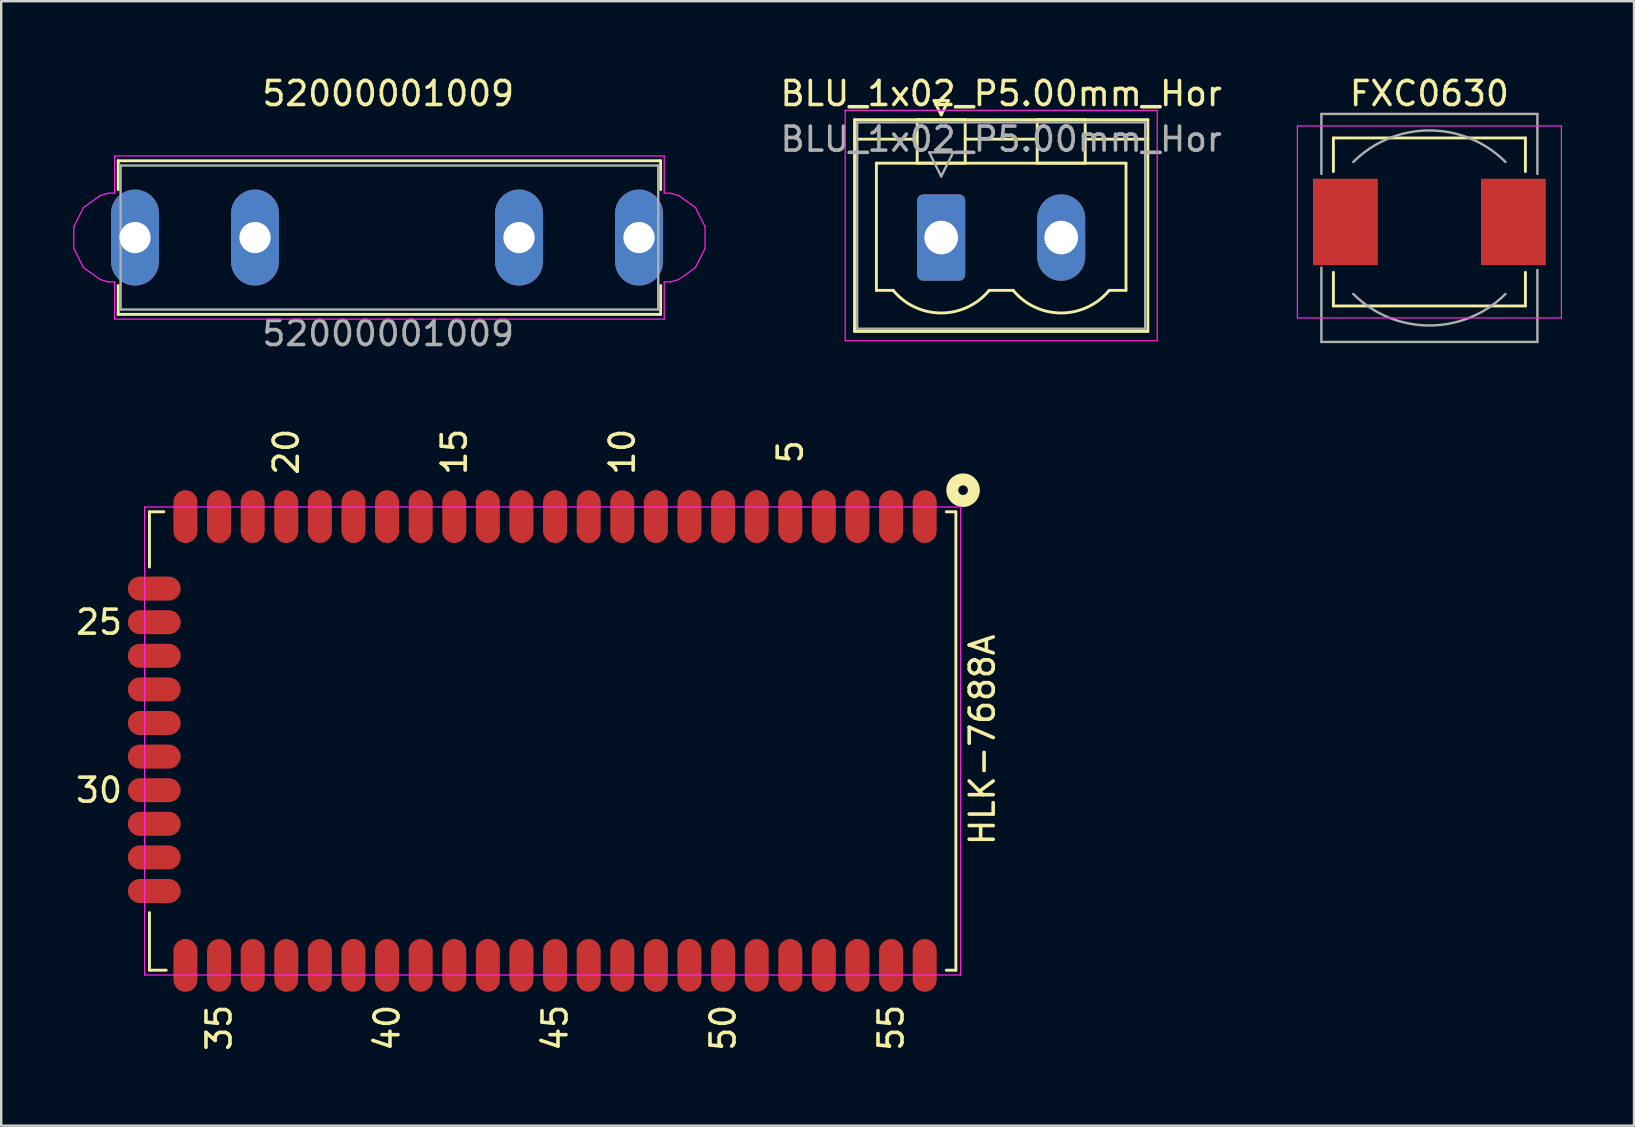
<source format=kicad_pcb>
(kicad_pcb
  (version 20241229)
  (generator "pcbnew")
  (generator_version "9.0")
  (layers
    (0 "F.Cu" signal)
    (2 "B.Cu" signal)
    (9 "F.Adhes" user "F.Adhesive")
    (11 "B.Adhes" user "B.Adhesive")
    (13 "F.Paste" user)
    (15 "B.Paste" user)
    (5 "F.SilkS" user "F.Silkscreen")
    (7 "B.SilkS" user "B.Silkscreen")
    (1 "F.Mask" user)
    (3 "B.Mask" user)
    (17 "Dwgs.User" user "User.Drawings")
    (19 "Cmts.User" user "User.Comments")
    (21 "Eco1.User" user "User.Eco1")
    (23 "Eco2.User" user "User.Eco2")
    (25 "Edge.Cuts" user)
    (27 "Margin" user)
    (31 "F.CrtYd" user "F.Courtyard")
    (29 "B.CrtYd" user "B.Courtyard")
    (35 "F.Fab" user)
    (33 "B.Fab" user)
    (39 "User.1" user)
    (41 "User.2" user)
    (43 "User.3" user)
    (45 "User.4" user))
  (footprint "FXC0630"
    (layer "F.Cu")
    (at 56.506 6.198)
    (property "Reference" "FXC0630" (at 0 -5.35 0) (layer "F.SilkS") (effects (font (size 1 1) (thickness 0.15))))
    (attr smd)
    (fp_line (start -4 -3.5) (end 4 -3.5) (stroke (width 0.12) (type solid)) (layer "F.SilkS"))
    (fp_line (start -4 -2.1) (end -4 -3.5) (stroke (width 0.12) (type solid)) (layer "F.SilkS"))
    (fp_line (start -4 3.5) (end -4 2.1) (stroke (width 0.12) (type solid)) (layer "F.SilkS"))
    (fp_line (start 4 -3.5) (end 4 -2.1) (stroke (width 0.12) (type solid)) (layer "F.SilkS"))
    (fp_line (start 4 2.1) (end 4 3.5) (stroke (width 0.12) (type solid)) (layer "F.SilkS"))
    (fp_line (start 4 3.5) (end -4 3.5) (stroke (width 0.12) (type solid)) (layer "F.SilkS"))
    (fp_line (start -5.5 -4) (end -5.5 4) (stroke (width 0.05) (type solid)) (layer "F.CrtYd"))
    (fp_line (start -5.5 4) (end 5.5 4) (stroke (width 0.05) (type solid)) (layer "F.CrtYd"))
    (fp_line (start 5.5 -4) (end -5.5 -4) (stroke (width 0.05) (type solid)) (layer "F.CrtYd"))
    (fp_line (start 5.5 4) (end 5.5 -4) (stroke (width 0.05) (type solid)) (layer "F.CrtYd"))
    (fp_line (start -4.5 -4.5) (end -4.5 -2) (stroke (width 0.1) (type solid)) (layer "F.Fab"))
    (fp_line (start -4.5 -4.5) (end 4.5 -4.5) (stroke (width 0.1) (type solid)) (layer "F.Fab"))
    (fp_line (start -4.5 5) (end -4.5 1.9) (stroke (width 0.1) (type solid)) (layer "F.Fab"))
    (fp_line (start -4.5 5) (end 4.5 5) (stroke (width 0.1) (type solid)) (layer "F.Fab"))
    (fp_line (start 4.5 -4.5) (end 4.5 -2) (stroke (width 0.1) (type solid)) (layer "F.Fab"))
    (fp_line (start 4.5 5) (end 4.5 2) (stroke (width 0.1) (type solid)) (layer "F.Fab"))
    (fp_arc (start -3.17 -2.5) (mid 0 -3.813057) (end 3.17 -2.5) (stroke (width 0.1) (type solid)) (layer "F.Fab"))
    (fp_arc (start 3.17 3) (mid 0 4.313057) (end -3.17 3) (stroke (width 0.1) (type solid)) (layer "F.Fab"))
    (pad "1" smd rect (at -3.5 0) (size 2.7 3.6) (layers "F.Cu" "F.Mask" "F.Paste"))
    (pad "2" smd rect (at 3.5 0) (size 2.7 3.6) (layers "F.Cu" "F.Mask" "F.Paste")))
  (footprint "BLU_1x02_P5.00mm_Hor"
    (layer "F.Cu")
    (at 36.165 6.848)
    (property "Reference" "BLU_1x02_P5.00mm_Hor" (at 2.5 -6 0) (layer "F.SilkS") (effects (font (size 1 1) (thickness 0.15))))
    (attr through_hole)
    (fp_line (start -3.61 -4.91) (end -3.61 3.91) (stroke (width 0.12) (type solid)) (layer "F.SilkS"))
    (fp_line (start -3.61 -4.1) (end -1.11 -4.1) (stroke (width 0.12) (type solid)) (layer "F.SilkS"))
    (fp_line (start -3.61 3.91) (end 8.61 3.91) (stroke (width 0.12) (type solid)) (layer "F.SilkS"))
    (fp_line (start -2.7 -3.1) (end 7.7 -3.1) (stroke (width 0.12) (type solid)) (layer "F.SilkS"))
    (fp_line (start -2.7 2.2) (end -2.7 -3.1) (stroke (width 0.12) (type solid)) (layer "F.SilkS"))
    (fp_line (start -2 2.2) (end -2.7 2.2) (stroke (width 0.12) (type solid)) (layer "F.SilkS"))
    (fp_line (start -1 -4.91) (end 1 -4.91) (stroke (width 0.12) (type solid)) (layer "F.SilkS"))
    (fp_line (start -1 -3.1) (end -1 -4.91) (stroke (width 0.12) (type solid)) (layer "F.SilkS"))
    (fp_line (start -0.3 -5.71) (end 0.3 -5.71) (stroke (width 0.12) (type solid)) (layer "F.SilkS"))
    (fp_line (start 0 -5.11) (end -0.3 -5.71) (stroke (width 0.12) (type solid)) (layer "F.SilkS"))
    (fp_line (start 0.3 -5.71) (end 0 -5.11) (stroke (width 0.12) (type solid)) (layer "F.SilkS"))
    (fp_line (start 1 -4.91) (end 1 -3.1) (stroke (width 0.12) (type solid)) (layer "F.SilkS"))
    (fp_line (start 1 -4.1) (end 4 -4.1) (stroke (width 0.12) (type solid)) (layer "F.SilkS"))
    (fp_line (start 1 -3.1) (end -1 -3.1) (stroke (width 0.12) (type solid)) (layer "F.SilkS"))
    (fp_line (start 2 2.2) (end 3 2.2) (stroke (width 0.12) (type solid)) (layer "F.SilkS"))
    (fp_line (start 4 -4.91) (end 6 -4.91) (stroke (width 0.12) (type solid)) (layer "F.SilkS"))
    (fp_line (start 4 -3.1) (end 4 -4.91) (stroke (width 0.12) (type solid)) (layer "F.SilkS"))
    (fp_line (start 6 -4.91) (end 6 -3.1) (stroke (width 0.12) (type solid)) (layer "F.SilkS"))
    (fp_line (start 6 -3.1) (end 4 -3.1) (stroke (width 0.12) (type solid)) (layer "F.SilkS"))
    (fp_line (start 7.7 -3.1) (end 7.7 2.2) (stroke (width 0.12) (type solid)) (layer "F.SilkS"))
    (fp_line (start 7.7 2.2) (end 7 2.2) (stroke (width 0.12) (type solid)) (layer "F.SilkS"))
    (fp_line (start 8.61 -4.91) (end -3.61 -4.91) (stroke (width 0.12) (type solid)) (layer "F.SilkS"))
    (fp_line (start 8.61 -4.1) (end 6.11 -4.1) (stroke (width 0.12) (type solid)) (layer "F.SilkS"))
    (fp_line (start 8.61 3.91) (end 8.61 -4.91) (stroke (width 0.12) (type solid)) (layer "F.SilkS"))
    (fp_arc (start 1.986842 2.215821) (mid -0.010289 3.142758) (end -2 2.2) (stroke (width 0.12) (type solid)) (layer "F.SilkS"))
    (fp_arc (start 6.986842 2.215821) (mid 4.989711 3.142758) (end 3 2.2) (stroke (width 0.12) (type solid)) (layer "F.SilkS"))
    (fp_line (start -4 -5.3) (end -4 4.3) (stroke (width 0.05) (type solid)) (layer "F.CrtYd"))
    (fp_line (start -4 4.3) (end 9 4.3) (stroke (width 0.05) (type solid)) (layer "F.CrtYd"))
    (fp_line (start 9 -5.3) (end -4 -5.3) (stroke (width 0.05) (type solid)) (layer "F.CrtYd"))
    (fp_line (start 9 4.3) (end 9 -5.3) (stroke (width 0.05) (type solid)) (layer "F.CrtYd"))
    (fp_line (start -3.5 -4.8) (end -3.5 3.8) (stroke (width 0.1) (type solid)) (layer "F.Fab"))
    (fp_line (start -3.5 3.8) (end 8.5 3.8) (stroke (width 0.1) (type solid)) (layer "F.Fab"))
    (fp_line (start -0.5 -3.55) (end 0.5 -3.55) (stroke (width 0.1) (type solid)) (layer "F.Fab"))
    (fp_line (start 0 -2.55) (end -0.5 -3.55) (stroke (width 0.1) (type solid)) (layer "F.Fab"))
    (fp_line (start 0.5 -3.55) (end 0 -2.55) (stroke (width 0.1) (type solid)) (layer "F.Fab"))
    (fp_line (start 8.5 -4.8) (end -3.5 -4.8) (stroke (width 0.1) (type solid)) (layer "F.Fab"))
    (fp_line (start 8.5 3.8) (end 8.5 -4.8) (stroke (width 0.1) (type solid)) (layer "F.Fab"))
    (fp_text user "${REFERENCE}" (at 2.5 -4.1 0) (layer "F.Fab") (effects (font (size 1 1) (thickness 0.15))))
    (pad "1" thru_hole roundrect (at 0 0) (size 2 3.6) (drill 1.4) (layers "*.Cu" "*.Mask") (roundrect_rratio 0.125))
    (pad "2" thru_hole oval (at 5 0) (size 2 3.6) (drill 1.4) (layers "*.Cu" "*.Mask")))
  (footprint "52000001009"
    (layer "F.Cu")
    (at 13.075 6.848)
    (property "Reference" "52000001009" (at 0.05 -6 0) (layer "F.SilkS") (effects (font (size 1 1) (thickness 0.15))))
    (attr through_hole)
    (fp_line (start -11.2 -3.2) (end 11.4 -3.2) (stroke (width 0.12) (type solid)) (layer "F.SilkS"))
    (fp_line (start -11.2 -2) (end -11.2 -3.2) (stroke (width 0.12) (type solid)) (layer "F.SilkS"))
    (fp_line (start -11.2 3.2) (end -11.2 2) (stroke (width 0.12) (type solid)) (layer "F.SilkS"))
    (fp_line (start -11.2 3.2) (end 11.4 3.2) (stroke (width 0.12) (type solid)) (layer "F.SilkS"))
    (fp_line (start 11.4 -2) (end 11.4 -3.2) (stroke (width 0.12) (type solid)) (layer "F.SilkS"))
    (fp_line (start 11.4 3.2) (end 11.4 2) (stroke (width 0.12) (type solid)) (layer "F.SilkS"))
    (fp_line (start -13.05 -0.45) (end -13.05 0.45) (stroke (width 0.05) (type solid)) (layer "F.CrtYd"))
    (fp_line (start -13.05 -0.45) (end -12.65 -1.25) (stroke (width 0.05) (type solid)) (layer "F.CrtYd"))
    (fp_line (start -12.65 1.25) (end -13.05 0.45) (stroke (width 0.05) (type solid)) (layer "F.CrtYd"))
    (fp_line (start -12.65 1.25) (end -11.95 1.75) (stroke (width 0.05) (type solid)) (layer "F.CrtYd"))
    (fp_line (start -11.95 -1.75) (end -12.65 -1.25) (stroke (width 0.05) (type solid)) (layer "F.CrtYd"))
    (fp_line (start -11.95 1.75) (end -11.6 1.85) (stroke (width 0.05) (type solid)) (layer "F.CrtYd"))
    (fp_line (start -11.6 -1.85) (end -11.95 -1.75) (stroke (width 0.05) (type solid)) (layer "F.CrtYd"))
    (fp_line (start -11.6 1.85) (end -11.35 1.85) (stroke (width 0.05) (type solid)) (layer "F.CrtYd"))
    (fp_line (start -11.35 -3.4) (end 11.55 -3.4) (stroke (width 0.05) (type solid)) (layer "F.CrtYd"))
    (fp_line (start -11.35 -1.85) (end -11.6 -1.85) (stroke (width 0.05) (type solid)) (layer "F.CrtYd"))
    (fp_line (start -11.35 -1.85) (end -11.35 -3.4) (stroke (width 0.05) (type solid)) (layer "F.CrtYd"))
    (fp_line (start -11.35 3.4) (end -11.35 1.85) (stroke (width 0.05) (type solid)) (layer "F.CrtYd"))
    (fp_line (start 11.55 -1.85) (end 11.55 -3.4) (stroke (width 0.05) (type solid)) (layer "F.CrtYd"))
    (fp_line (start 11.55 -1.85) (end 11.8 -1.85) (stroke (width 0.05) (type solid)) (layer "F.CrtYd"))
    (fp_line (start 11.55 1.85) (end 11.55 3.4) (stroke (width 0.05) (type solid)) (layer "F.CrtYd"))
    (fp_line (start 11.55 1.85) (end 11.8 1.85) (stroke (width 0.05) (type solid)) (layer "F.CrtYd"))
    (fp_line (start 11.55 3.4) (end -11.35 3.4) (stroke (width 0.05) (type solid)) (layer "F.CrtYd"))
    (fp_line (start 11.8 1.85) (end 12.15 1.75) (stroke (width 0.05) (type solid)) (layer "F.CrtYd"))
    (fp_line (start 12.15 -1.75) (end 11.8 -1.85) (stroke (width 0.05) (type solid)) (layer "F.CrtYd"))
    (fp_line (start 12.15 1.75) (end 12.85 1.25) (stroke (width 0.05) (type solid)) (layer "F.CrtYd"))
    (fp_line (start 12.85 -1.25) (end 12.15 -1.75) (stroke (width 0.05) (type solid)) (layer "F.CrtYd"))
    (fp_line (start 12.85 1.25) (end 13.25 0.45) (stroke (width 0.05) (type solid)) (layer "F.CrtYd"))
    (fp_line (start 13.25 -0.45) (end 12.85 -1.25) (stroke (width 0.05) (type solid)) (layer "F.CrtYd"))
    (fp_line (start 13.25 0.45) (end 13.25 -0.45) (stroke (width 0.05) (type solid)) (layer "F.CrtYd"))
    (fp_line (start -11.1 -3) (end -11.1 3) (stroke (width 0.1) (type solid)) (layer "F.Fab"))
    (fp_line (start -11.1 3) (end 11.3 3) (stroke (width 0.1) (type solid)) (layer "F.Fab"))
    (fp_line (start 11.3 -3) (end -11.1 -3) (stroke (width 0.1) (type solid)) (layer "F.Fab"))
    (fp_line (start 11.3 3) (end 11.3 -3) (stroke (width 0.1) (type solid)) (layer "F.Fab"))
    (fp_text user "${REFERENCE}" (at 0.05 4 0) (layer "F.Fab") (effects (font (size 1 1) (thickness 0.15))))
    (pad "1" thru_hole oval (at -10.5 0 180) (size 2 4) (drill 1.3) (layers "*.Cu" "*.Mask"))
    (pad "1" thru_hole oval (at -5.5 0 180) (size 2 4) (drill 1.3) (layers "*.Cu" "*.Mask"))
    (pad "2" thru_hole oval (at 5.5 0) (size 2 4) (drill 1.3) (layers "*.Cu" "*.Mask"))
    (pad "2" thru_hole oval (at 10.5 0) (size 2 4) (drill 1.3) (layers "*.Cu" "*.Mask")))
  (footprint "HLK-7688A"
    (layer "F.Cu")
    (at 20.077 27.774)
    (property "Reference" "HLK-7688A" (at 17.8 0 90) (layer "F.SilkS") (effects (font (size 1 1) (thickness 0.15))))
    (attr smd)
    (fp_line (start -16.9 -9.5) (end -16.3 -9.5) (stroke (width 0.12) (type solid)) (layer "F.SilkS"))
    (fp_line (start -16.9 -7.2) (end -16.9 -9.5) (stroke (width 0.12) (type solid)) (layer "F.SilkS"))
    (fp_line (start -16.9 9.6) (end -16.9 7.2) (stroke (width 0.12) (type solid)) (layer "F.SilkS"))
    (fp_line (start -16.2 9.6) (end -16.9 9.6) (stroke (width 0.12) (type solid)) (layer "F.SilkS"))
    (fp_line (start 16.7 -9.5) (end 16.3 -9.5) (stroke (width 0.12) (type solid)) (layer "F.SilkS"))
    (fp_line (start 16.7 -9.5) (end 16.7 9.6) (stroke (width 0.12) (type solid)) (layer "F.SilkS"))
    (fp_line (start 16.7 9.6) (end 16.3 9.6) (stroke (width 0.12) (type solid)) (layer "F.SilkS"))
    (fp_circle (center 17 -10.4) (end 17.2 -10.4) (stroke (width 0.5) (type solid)) (fill no) (layer "F.SilkS"))
    (fp_line (start -16.7 -9.3) (end 16.5 -9.3) (stroke (width 0.12) (type solid)) (layer "Eco1.User"))
    (fp_line (start -16.7 9.4) (end -16.7 -9.3) (stroke (width 0.12) (type solid)) (layer "Eco1.User"))
    (fp_line (start 16.5 -9.3) (end 16.5 9.4) (stroke (width 0.12) (type solid)) (layer "Eco1.User"))
    (fp_line (start 16.5 9.4) (end -16.7 9.4) (stroke (width 0.12) (type solid)) (layer "Eco1.User"))
    (fp_line (start -17.1 -9.7) (end 16.9 -9.7) (stroke (width 0.05) (type solid)) (layer "F.CrtYd"))
    (fp_line (start -17.1 9.8) (end -17.1 -9.7) (stroke (width 0.05) (type solid)) (layer "F.CrtYd"))
    (fp_line (start 16.9 -9.7) (end 16.9 9.8) (stroke (width 0.05) (type solid)) (layer "F.CrtYd"))
    (fp_line (start 16.9 9.8) (end -17.1 9.8) (stroke (width 0.05) (type solid)) (layer "F.CrtYd"))
    (fp_text user "40" (at -7 12 90) (layer "F.SilkS") (effects (font (size 1 1) (thickness 0.15))))
    (fp_text user "10" (at 2.8 -12 90) (layer "F.SilkS") (effects (font (size 1 1) (thickness 0.15))))
    (fp_text user "30" (at -19 2.1 180) (layer "F.SilkS") (effects (font (size 1 1) (thickness 0.15))))
    (fp_text user "20" (at -11.2 -12 90) (layer "F.SilkS") (effects (font (size 1 1) (thickness 0.15))))
    (fp_text user "35" (at -14 12 90) (layer "F.SilkS") (effects (font (size 1 1) (thickness 0.15))))
    (fp_text user "5" (at 9.8 -12 90) (layer "F.SilkS") (effects (font (size 1 1) (thickness 0.15))))
    (fp_text user "55" (at 14 12 90) (layer "F.SilkS") (effects (font (size 1 1) (thickness 0.15))))
    (fp_text user "50" (at 7 12 90) (layer "F.SilkS") (effects (font (size 1 1) (thickness 0.15))))
    (fp_text user "25" (at -19 -4.9 180) (layer "F.SilkS") (effects (font (size 1 1) (thickness 0.15))))
    (fp_text user "45" (at 0 12 90) (layer "F.SilkS") (effects (font (size 1 1) (thickness 0.15))))
    (fp_text user "15" (at -4.2 -12 90) (layer "F.SilkS") (effects (font (size 1 1) (thickness 0.15))))
    (pad "1" smd oval (at 15.4 -9.3) (size 1 2.2) (layers "F.Cu" "F.Mask" "F.Paste"))
    (pad "2" smd oval (at 14 -9.3) (size 1 2.2) (layers "F.Cu" "F.Mask" "F.Paste"))
    (pad "3" smd oval (at 12.6 -9.3) (size 1 2.2) (layers "F.Cu" "F.Mask" "F.Paste"))
    (pad "4" smd oval (at 11.2 -9.3) (size 1 2.2) (layers "F.Cu" "F.Mask" "F.Paste"))
    (pad "5" smd oval (at 9.8 -9.3) (size 1 2.2) (layers "F.Cu" "F.Mask" "F.Paste"))
    (pad "6" smd oval (at 8.4 -9.3) (size 1 2.2) (layers "F.Cu" "F.Mask" "F.Paste"))
    (pad "7" smd oval (at 7 -9.3) (size 1 2.2) (layers "F.Cu" "F.Mask" "F.Paste"))
    (pad "8" smd oval (at 5.6 -9.3) (size 1 2.2) (layers "F.Cu" "F.Mask" "F.Paste"))
    (pad "9" smd oval (at 4.2 -9.3) (size 1 2.2) (layers "F.Cu" "F.Mask" "F.Paste"))
    (pad "10" smd oval (at 2.8 -9.3) (size 1 2.2) (layers "F.Cu" "F.Mask" "F.Paste"))
    (pad "11" smd oval (at 1.4 -9.3) (size 1 2.2) (layers "F.Cu" "F.Mask" "F.Paste"))
    (pad "12" smd oval (at 0 -9.3) (size 1 2.2) (layers "F.Cu" "F.Mask" "F.Paste"))
    (pad "13" smd oval (at -1.4 -9.3) (size 1 2.2) (layers "F.Cu" "F.Mask" "F.Paste"))
    (pad "14" smd oval (at -2.8 -9.3) (size 1 2.2) (layers "F.Cu" "F.Mask" "F.Paste"))
    (pad "15" smd oval (at -4.2 -9.3) (size 1 2.2) (layers "F.Cu" "F.Mask" "F.Paste"))
    (pad "16" smd oval (at -5.6 -9.3) (size 1 2.2) (layers "F.Cu" "F.Mask" "F.Paste"))
    (pad "17" smd oval (at -7 -9.3) (size 1 2.2) (layers "F.Cu" "F.Mask" "F.Paste"))
    (pad "18" smd oval (at -8.4 -9.3) (size 1 2.2) (layers "F.Cu" "F.Mask" "F.Paste"))
    (pad "19" smd oval (at -9.8 -9.3) (size 1 2.2) (layers "F.Cu" "F.Mask" "F.Paste"))
    (pad "20" smd oval (at -11.2 -9.3) (size 1 2.2) (layers "F.Cu" "F.Mask" "F.Paste"))
    (pad "21" smd oval (at -12.6 -9.3) (size 1 2.2) (layers "F.Cu" "F.Mask" "F.Paste"))
    (pad "22" smd oval (at -14 -9.3) (size 1 2.2) (layers "F.Cu" "F.Mask" "F.Paste"))
    (pad "23" smd oval (at -15.4 -9.3) (size 1 2.2) (layers "F.Cu" "F.Mask" "F.Paste"))
    (pad "24" smd oval (at -16.7 -6.3 90) (size 1 2.2) (layers "F.Cu" "F.Mask" "F.Paste"))
    (pad "25" smd oval (at -16.7 -4.9 90) (size 1 2.2) (layers "F.Cu" "F.Mask" "F.Paste"))
    (pad "26" smd oval (at -16.7 -3.5 90) (size 1 2.2) (layers "F.Cu" "F.Mask" "F.Paste"))
    (pad "27" smd oval (at -16.7 -2.1 90) (size 1 2.2) (layers "F.Cu" "F.Mask" "F.Paste"))
    (pad "28" smd oval (at -16.7 -0.7 90) (size 1 2.2) (layers "F.Cu" "F.Mask" "F.Paste"))
    (pad "29" smd oval (at -16.7 0.7 90) (size 1 2.2) (layers "F.Cu" "F.Mask" "F.Paste"))
    (pad "30" smd oval (at -16.7 2.1 90) (size 1 2.2) (layers "F.Cu" "F.Mask" "F.Paste"))
    (pad "31" smd oval (at -16.7 3.5 90) (size 1 2.2) (layers "F.Cu" "F.Mask" "F.Paste"))
    (pad "32" smd oval (at -16.7 4.9 90) (size 1 2.2) (layers "F.Cu" "F.Mask" "F.Paste"))
    (pad "33" smd oval (at -16.7 6.3 90) (size 1 2.2) (layers "F.Cu" "F.Mask" "F.Paste"))
    (pad "34" smd oval (at -15.4 9.4) (size 1 2.2) (layers "F.Cu" "F.Mask" "F.Paste"))
    (pad "35" smd oval (at -14 9.4) (size 1 2.2) (layers "F.Cu" "F.Mask" "F.Paste"))
    (pad "36" smd oval (at -12.6 9.4) (size 1 2.2) (layers "F.Cu" "F.Mask" "F.Paste"))
    (pad "37" smd oval (at -11.2 9.4) (size 1 2.2) (layers "F.Cu" "F.Mask" "F.Paste"))
    (pad "38" smd oval (at -9.8 9.4) (size 1 2.2) (layers "F.Cu" "F.Mask" "F.Paste"))
    (pad "39" smd oval (at -8.4 9.4) (size 1 2.2) (layers "F.Cu" "F.Mask" "F.Paste"))
    (pad "40" smd oval (at -7 9.4) (size 1 2.2) (layers "F.Cu" "F.Mask" "F.Paste"))
    (pad "41" smd oval (at -5.6 9.4) (size 1 2.2) (layers "F.Cu" "F.Mask" "F.Paste"))
    (pad "42" smd oval (at -4.2 9.4) (size 1 2.2) (layers "F.Cu" "F.Mask" "F.Paste"))
    (pad "43" smd oval (at -2.8 9.4) (size 1 2.2) (layers "F.Cu" "F.Mask" "F.Paste"))
    (pad "44" smd oval (at -1.4 9.4) (size 1 2.2) (layers "F.Cu" "F.Mask" "F.Paste"))
    (pad "45" smd oval (at 0 9.4) (size 1 2.2) (layers "F.Cu" "F.Mask" "F.Paste"))
    (pad "46" smd oval (at 1.4 9.4) (size 1 2.2) (layers "F.Cu" "F.Mask" "F.Paste"))
    (pad "47" smd oval (at 2.8 9.4) (size 1 2.2) (layers "F.Cu" "F.Mask" "F.Paste"))
    (pad "48" smd oval (at 4.2 9.4) (size 1 2.2) (layers "F.Cu" "F.Mask" "F.Paste"))
    (pad "49" smd oval (at 5.6 9.4) (size 1 2.2) (layers "F.Cu" "F.Mask" "F.Paste"))
    (pad "50" smd oval (at 7 9.4) (size 1 2.2) (layers "F.Cu" "F.Mask" "F.Paste"))
    (pad "51" smd oval (at 8.4 9.4) (size 1 2.2) (layers "F.Cu" "F.Mask" "F.Paste"))
    (pad "52" smd oval (at 9.8 9.4) (size 1 2.2) (layers "F.Cu" "F.Mask" "F.Paste"))
    (pad "53" smd oval (at 11.2 9.4) (size 1 2.2) (layers "F.Cu" "F.Mask" "F.Paste"))
    (pad "54" smd oval (at 12.6 9.4) (size 1 2.2) (layers "F.Cu" "F.Mask" "F.Paste"))
    (pad "55" smd oval (at 14 9.4) (size 1 2.2) (layers "F.Cu" "F.Mask" "F.Paste"))
    (pad "56" smd oval (at 15.4 9.4) (size 1 2.2) (layers "F.Cu" "F.Mask" "F.Paste")))
  (gr_rect
    (start -3 -3)
    (end 65.031 43.851)
    (stroke (width 0.1) (type default))
    (fill no)
    (layer "Edge.Cuts")))
</source>
